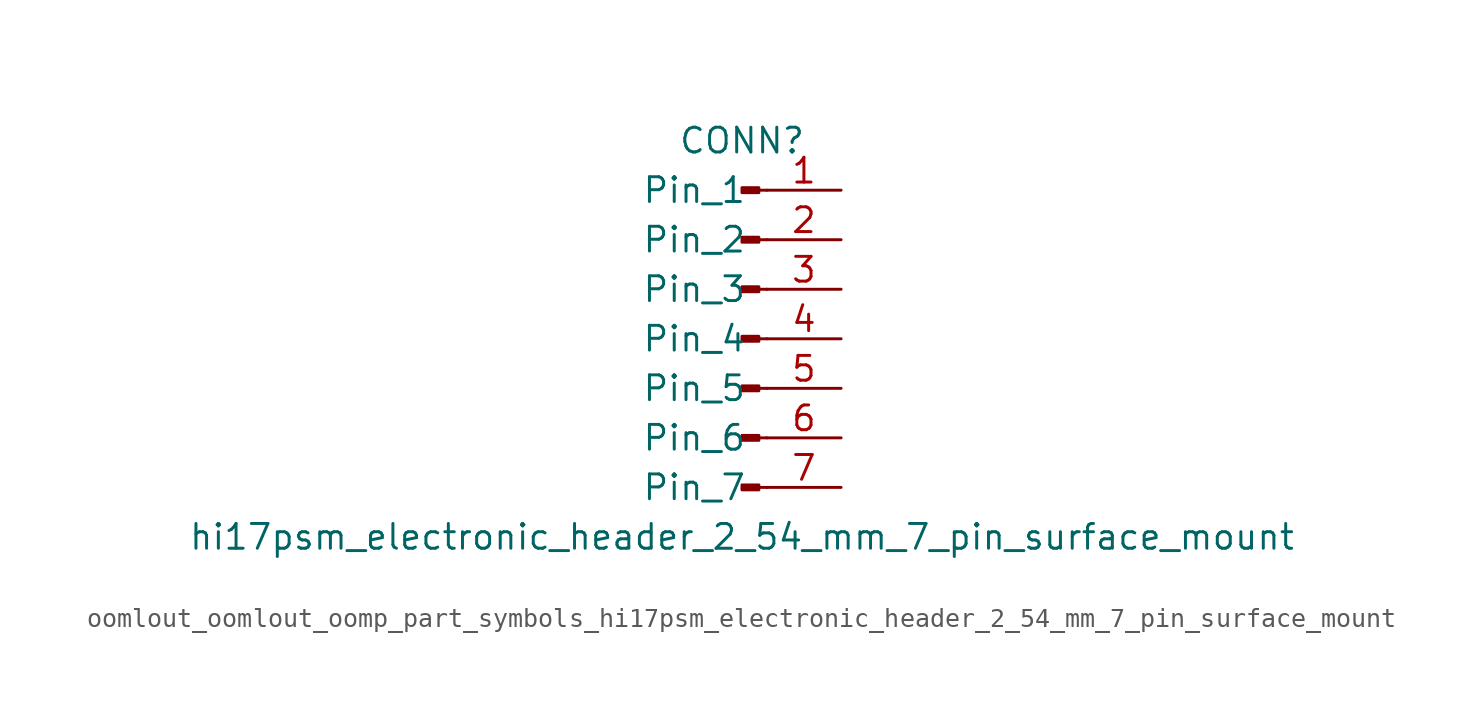
<source format=kicad_sym>
(kicad_symbol_lib
  (version 20220914)
  (generator kicad_symbol_editor)
  (symbol "oomlout_oomlout_oomp_part_symbols_hi17psm_electronic_header_2_54_mm_7_pin_surface_mount"
    (pin_names
      (offset 1.016))
    (property "Reference" "CONN"
      (at 0 10.16 0)
      (effects (font (size 1.27 1.27))))
    (property "Value" "hi17psm_electronic_header_2_54_mm_7_pin_surface_mount"
      (at 0 -10.16 0)
      (effects (font (size 1.27 1.27))))
    (property "ki_locked" ""
      (at 0 0 0)
      (effects (font (size 1.27 1.27))))
    (symbol "oomlout_oomlout_oomp_part_symbols_hi17psm_electronic_header_2_54_mm_7_pin_surface_mount_1_1"
      (polyline (pts (xy 1.27 -7.62) (xy 0.864 -7.62)) (stroke (width 0.152) (type default)) (fill (type none)))
      (polyline (pts (xy 1.27 -5.08) (xy 0.864 -5.08)) (stroke (width 0.152) (type default)) (fill (type none)))
      (polyline (pts (xy 1.27 -2.54) (xy 0.864 -2.54)) (stroke (width 0.152) (type default)) (fill (type none)))
      (polyline (pts (xy 1.27 0) (xy 0.864 0)) (stroke (width 0.152) (type default)) (fill (type none)))
      (polyline (pts (xy 1.27 2.54) (xy 0.864 2.54)) (stroke (width 0.152) (type default)) (fill (type none)))
      (polyline (pts (xy 1.27 5.08) (xy 0.864 5.08)) (stroke (width 0.152) (type default)) (fill (type none)))
      (polyline (pts (xy 1.27 7.62) (xy 0.864 7.62)) (stroke (width 0.152) (type default)) (fill (type none)))
      (rectangle (start 0.864 -7.493) (end 0 -7.747) (stroke (width 0.152) (type default)) (fill (type outline)))
      (rectangle (start 0.864 -4.953) (end 0 -5.207) (stroke (width 0.152) (type default)) (fill (type outline)))
      (rectangle (start 0.864 -2.413) (end 0 -2.667) (stroke (width 0.152) (type default)) (fill (type outline)))
      (rectangle (start 0.864 0.127) (end 0 -0.127) (stroke (width 0.152) (type default)) (fill (type outline)))
      (rectangle (start 0.864 2.667) (end 0 2.413) (stroke (width 0.152) (type default)) (fill (type outline)))
      (rectangle (start 0.864 5.207) (end 0 4.953) (stroke (width 0.152) (type default)) (fill (type outline)))
      (rectangle (start 0.864 7.747) (end 0 7.493) (stroke (width 0.152) (type default)) (fill (type outline)))
      (pin passive line (at 5.08 7.62 180) (length 3.81) (name "Pin_1" (effects (font (size 1.27 1.27)))) (number "1" (effects (font (size 1.27 1.27)))))
      (pin passive line (at 5.08 5.08 180) (length 3.81) (name "Pin_2" (effects (font (size 1.27 1.27)))) (number "2" (effects (font (size 1.27 1.27)))))
      (pin passive line (at 5.08 2.54 180) (length 3.81) (name "Pin_3" (effects (font (size 1.27 1.27)))) (number "3" (effects (font (size 1.27 1.27)))))
      (pin passive line (at 5.08 0 180) (length 3.81) (name "Pin_4" (effects (font (size 1.27 1.27)))) (number "4" (effects (font (size 1.27 1.27)))))
      (pin passive line (at 5.08 -2.54 180) (length 3.81) (name "Pin_5" (effects (font (size 1.27 1.27)))) (number "5" (effects (font (size 1.27 1.27)))))
      (pin passive line (at 5.08 -5.08 180) (length 3.81) (name "Pin_6" (effects (font (size 1.27 1.27)))) (number "6" (effects (font (size 1.27 1.27)))))
      (pin passive line (at 5.08 -7.62 180) (length 3.81) (name "Pin_7" (effects (font (size 1.27 1.27)))) (number "7" (effects (font (size 1.27 1.27))))))))
</source>
